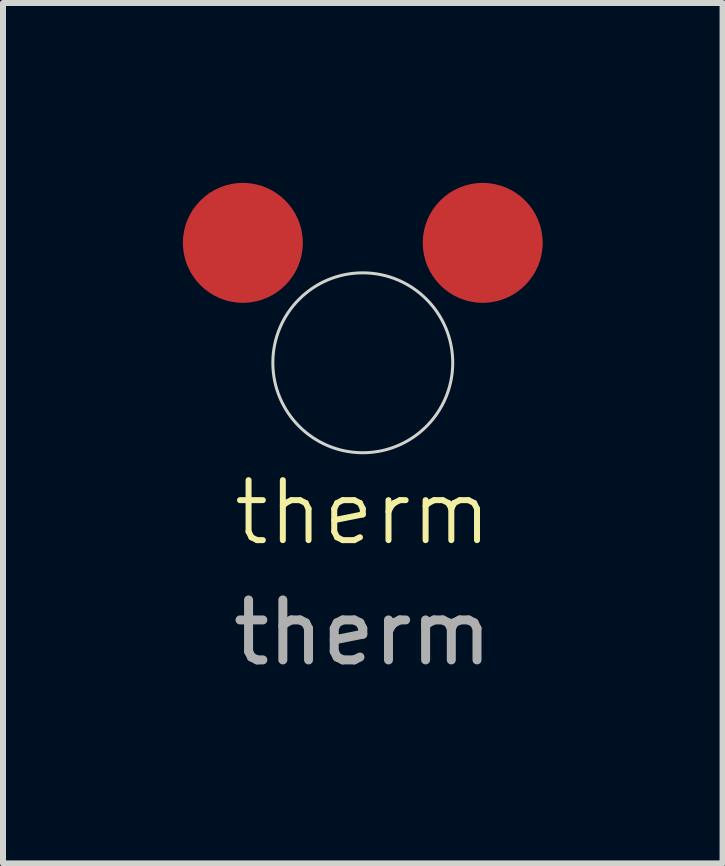
<source format=kicad_pcb>
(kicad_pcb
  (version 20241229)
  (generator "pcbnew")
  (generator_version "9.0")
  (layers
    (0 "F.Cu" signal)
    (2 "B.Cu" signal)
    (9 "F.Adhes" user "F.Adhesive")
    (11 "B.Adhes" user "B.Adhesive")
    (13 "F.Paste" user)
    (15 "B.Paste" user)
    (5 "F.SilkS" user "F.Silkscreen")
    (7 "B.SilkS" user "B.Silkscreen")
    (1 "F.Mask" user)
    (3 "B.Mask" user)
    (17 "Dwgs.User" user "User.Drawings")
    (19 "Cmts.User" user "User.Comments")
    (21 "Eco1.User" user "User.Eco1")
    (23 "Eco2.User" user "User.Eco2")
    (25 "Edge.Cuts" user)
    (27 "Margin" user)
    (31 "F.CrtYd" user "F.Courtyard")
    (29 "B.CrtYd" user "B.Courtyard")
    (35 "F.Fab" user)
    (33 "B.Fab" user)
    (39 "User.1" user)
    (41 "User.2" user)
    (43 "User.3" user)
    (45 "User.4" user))
  (footprint "therm"
    (layer "F.Cu")
    (at 3 3)
    (property "Reference" "therm" (at 0 2.5 0) (unlocked yes) (layer "F.SilkS") (effects (font (size 1 1) (thickness 0.1))))
    (attr smd)
    (fp_circle (center 0 0) (end 1.5 0) (stroke (width 0.05) (type solid)) (fill no) (layer "Edge.Cuts"))
    (fp_text user "${REFERENCE}" (at 0 4.5 0) (unlocked yes) (layer "F.Fab") (effects (font (size 1 1) (thickness 0.15))))
    (pad "1" smd circle (at -2 -2) (size 2 2) (layers "F.Cu" "F.Mask" "F.Paste"))
    (pad "2" smd circle (at 2 -2) (size 2 2) (layers "F.Cu" "F.Mask" "F.Paste")))
  (gr_rect
    (start -3 -3)
    (end 9 11.348)
    (stroke (width 0.1) (type default))
    (fill no)
    (layer "Edge.Cuts")))
</source>
